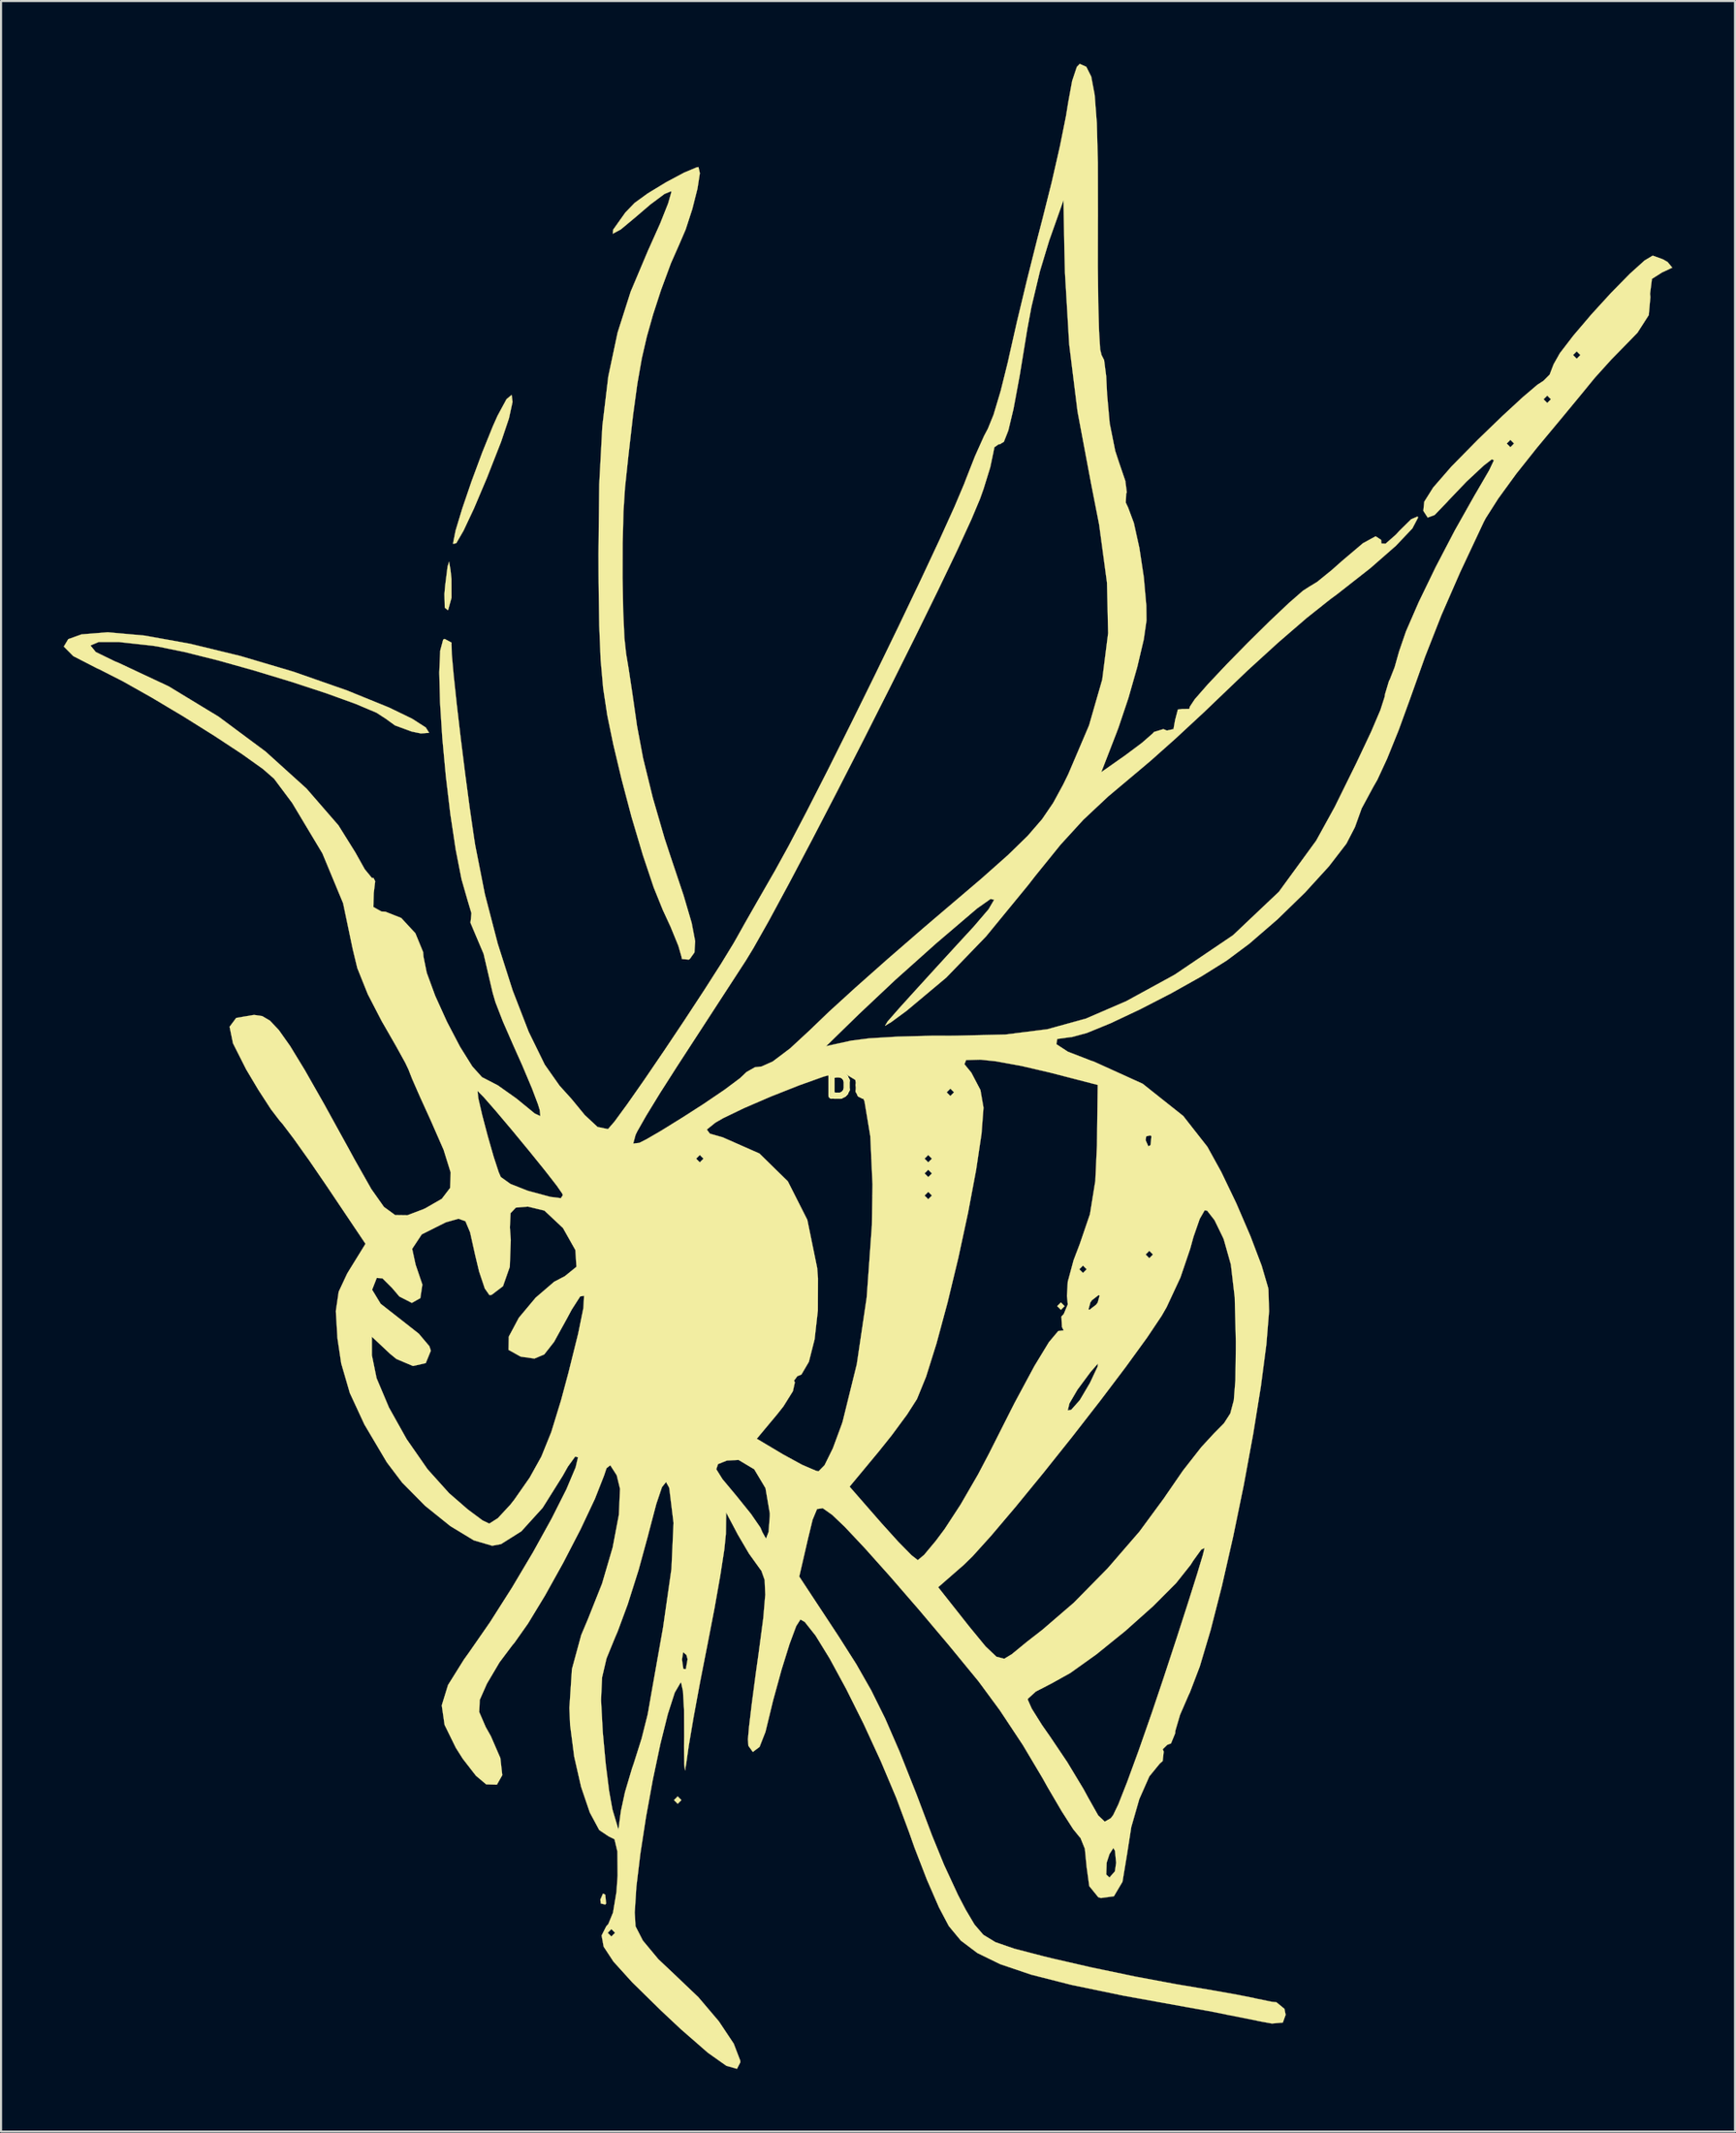
<source format=kicad_pcb>
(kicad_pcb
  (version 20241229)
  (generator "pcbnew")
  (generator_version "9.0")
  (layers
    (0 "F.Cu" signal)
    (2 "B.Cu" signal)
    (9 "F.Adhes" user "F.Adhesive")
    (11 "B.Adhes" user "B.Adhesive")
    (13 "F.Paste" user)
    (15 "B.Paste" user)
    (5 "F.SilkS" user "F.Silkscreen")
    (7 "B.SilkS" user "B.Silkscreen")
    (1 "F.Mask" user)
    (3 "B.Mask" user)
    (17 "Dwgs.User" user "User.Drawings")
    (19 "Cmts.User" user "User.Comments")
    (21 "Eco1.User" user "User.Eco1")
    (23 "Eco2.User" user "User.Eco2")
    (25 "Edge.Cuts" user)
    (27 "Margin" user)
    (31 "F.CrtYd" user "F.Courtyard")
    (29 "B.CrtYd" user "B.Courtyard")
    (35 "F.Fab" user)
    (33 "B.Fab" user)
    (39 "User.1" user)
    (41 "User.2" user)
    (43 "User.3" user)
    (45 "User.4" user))
  (footprint "bee"
    (layer "F.Cu")
    (at 38.39 48.688)
    (property "Reference" "bee" (at 0 0 0) (layer "F.SilkS") (effects (font (size 1.524 1.524) (thickness 0.3))))
    (attr through_hole)
    (fp_poly (pts (xy -8.819 34.396) (xy -8.996 34.572) (xy -9.172 34.396) (xy -8.996 34.219) (xy -8.819 34.396)) (stroke (width 0.01) (type solid)) (fill yes) (layer "F.SilkS"))
    (fp_poly (pts (xy 9.525 10.76) (xy 9.349 10.936) (xy 9.172 10.76) (xy 9.349 10.583) (xy 9.525 10.76)) (stroke (width 0.01) (type solid)) (fill yes) (layer "F.SilkS"))
    (fp_poly (pts (xy -12.465 38.923) (xy -12.423 39.342) (xy -12.465 39.394) (xy -12.675 39.345) (xy -12.7 39.158) (xy -12.571 38.868) (xy -12.465 38.923)) (stroke (width 0.01) (type solid)) (fill yes) (layer "F.SilkS"))
    (fp_poly (pts (xy -19.873 -24.469) (xy -19.827 -24.032) (xy -19.824 -23.138) (xy -19.982 -22.566) (xy -20.003 -22.542) (xy -20.146 -22.662) (xy -20.164 -23.31) (xy -20.126 -23.733) (xy -20.013 -24.629) (xy -19.941 -24.861) (xy -19.873 -24.469)) (stroke (width 0.01) (type solid)) (fill yes) (layer "F.SilkS"))
    (fp_poly (pts (xy -16.903 -32.507) (xy -17.074 -31.72) (xy -17.449 -30.603) (xy -18.133 -28.862) (xy -18.747 -27.413) (xy -19.249 -26.345) (xy -19.596 -25.749) (xy -19.745 -25.713) (xy -19.748 -25.754) (xy -19.63 -26.348) (xy -19.312 -27.398) (xy -18.864 -28.71) (xy -18.353 -30.088) (xy -17.848 -31.336) (xy -17.624 -31.838) (xy -17.189 -32.642) (xy -16.945 -32.84) (xy -16.903 -32.507)) (stroke (width 0.01) (type solid)) (fill yes) (layer "F.SilkS"))
    (fp_poly (pts (xy -7.935 -43.449) (xy -8.051 -42.706) (xy -8.296 -41.736) (xy -8.615 -40.755) (xy -8.923 -40.04) (xy -9.321 -39.14) (xy -9.794 -37.86) (xy -10.175 -36.689) (xy -10.472 -35.64) (xy -10.715 -34.589) (xy -10.927 -33.382) (xy -11.134 -31.869) (xy -11.36 -29.898) (xy -11.519 -28.399) (xy -11.593 -27.255) (xy -11.631 -25.746) (xy -11.635 -24.091) (xy -11.607 -22.507) (xy -11.547 -21.212) (xy -11.467 -20.47) (xy -11.347 -19.753) (xy -11.169 -18.576) (xy -10.968 -17.18) (xy -10.945 -17.012) (xy -10.654 -15.462) (xy -10.188 -13.563) (xy -9.626 -11.627) (xy -9.342 -10.765) (xy -8.715 -8.895) (xy -8.327 -7.576) (xy -8.16 -6.701) (xy -8.194 -6.164) (xy -8.411 -5.858) (xy -8.467 -5.821) (xy -8.792 -5.85) (xy -8.819 -5.978) (xy -8.964 -6.481) (xy -9.336 -7.389) (xy -9.708 -8.194) (xy -10.143 -9.27) (xy -10.664 -10.824) (xy -11.205 -12.644) (xy -11.681 -14.448) (xy -12.079 -16.118) (xy -12.367 -17.51) (xy -12.563 -18.803) (xy -12.685 -20.173) (xy -12.752 -21.797) (xy -12.782 -23.854) (xy -12.788 -25.217) (xy -12.752 -28.563) (xy -12.603 -31.35) (xy -12.319 -33.722) (xy -11.874 -35.819) (xy -11.247 -37.784) (xy -10.413 -39.758) (xy -10.381 -39.827) (xy -9.834 -41.048) (xy -9.454 -42.004) (xy -9.301 -42.535) (xy -9.31 -42.589) (xy -9.63 -42.457) (xy -10.301 -41.957) (xy -10.962 -41.391) (xy -11.718 -40.761) (xy -12.104 -40.555) (xy -12.084 -40.75) (xy -11.501 -41.57) (xy -11.057 -42.03) (xy -10.427 -42.486) (xy -9.552 -43.017) (xy -8.686 -43.48) (xy -8.085 -43.731) (xy -8.002 -43.744) (xy -7.935 -43.449)) (stroke (width 0.01) (type solid)) (fill yes) (layer "F.SilkS"))
    (fp_poly (pts (xy 10.565 -48.543) (xy 10.801 -48.073) (xy 10.966 -47.2) (xy 11.069 -45.853) (xy 11.119 -43.956) (xy 11.123 -41.438) (xy 11.121 -41.033) (xy 11.118 -39.005) (xy 11.137 -37.255) (xy 11.175 -35.892) (xy 11.229 -35.022) (xy 11.294 -34.752) (xy 11.418 -34.508) (xy 11.517 -33.74) (xy 11.56 -32.872) (xy 11.685 -31.48) (xy 11.951 -30.157) (xy 12.14 -29.584) (xy 12.433 -28.729) (xy 12.503 -28.178) (xy 12.474 -28.114) (xy 12.455 -27.689) (xy 12.567 -27.452) (xy 12.842 -26.713) (xy 13.106 -25.519) (xy 13.318 -24.118) (xy 13.438 -22.761) (xy 13.447 -22.049) (xy 13.317 -21.144) (xy 13.006 -19.825) (xy 12.581 -18.336) (xy 12.107 -16.926) (xy 12.005 -16.656) (xy 11.282 -14.79) (xy 12.432 -15.597) (xy 13.224 -16.189) (xy 13.748 -16.645) (xy 13.807 -16.714) (xy 14.256 -16.851) (xy 14.424 -16.781) (xy 14.739 -16.851) (xy 14.817 -17.286) (xy 14.949 -17.787) (xy 15.169 -17.815) (xy 15.496 -17.816) (xy 15.522 -17.923) (xy 15.759 -18.281) (xy 16.384 -18.995) (xy 17.272 -19.937) (xy 18.298 -20.983) (xy 19.334 -22.005) (xy 20.255 -22.876) (xy 20.936 -23.47) (xy 21.235 -23.663) (xy 21.614 -23.892) (xy 22.315 -24.46) (xy 22.803 -24.893) (xy 23.81 -25.745) (xy 24.417 -26.076) (xy 24.677 -25.907) (xy 24.694 -25.733) (xy 24.892 -25.722) (xy 25.383 -26.152) (xy 25.565 -26.35) (xy 26.118 -26.892) (xy 26.426 -27.024) (xy 26.447 -26.969) (xy 26.175 -26.453) (xy 25.389 -25.625) (xy 24.169 -24.557) (xy 22.592 -23.321) (xy 22.225 -23.049) (xy 21.118 -22.17) (xy 19.734 -20.976) (xy 18.29 -19.659) (xy 17.521 -18.924) (xy 16.184 -17.645) (xy 14.835 -16.395) (xy 13.668 -15.356) (xy 13.133 -14.904) (xy 11.612 -13.627) (xy 10.419 -12.509) (xy 9.333 -11.321) (xy 8.128 -9.833) (xy 7.799 -9.409) (xy 5.765 -6.93) (xy 3.864 -4.963) (xy 1.959 -3.369) (xy 1.928 -3.346) (xy 1.23 -2.834) (xy 0.93 -2.654) (xy 1.05 -2.857) (xy 1.609 -3.495) (xy 2.284 -4.241) (xy 3.35 -5.411) (xy 4.41 -6.568) (xy 5.175 -7.398) (xy 5.885 -8.228) (xy 6.155 -8.687) (xy 5.98 -8.722) (xy 5.352 -8.28) (xy 5.288 -8.227) (xy 3.377 -6.598) (xy 1.413 -4.843) (xy -0.295 -3.235) (xy -0.31 -3.221) (xy -1.89 -1.68) (xy -0.682 -1.945) (xy 0.179 -2.054) (xy 1.533 -2.135) (xy 3.167 -2.178) (xy 4.313 -2.18) (xy 6.693 -2.236) (xy 8.696 -2.488) (xy 10.549 -2.999) (xy 12.478 -3.833) (xy 14.711 -5.053) (xy 14.836 -5.127) (xy 17.59 -6.989) (xy 19.786 -9.068) (xy 21.572 -11.516) (xy 22.456 -13.122) (xy 23.48 -15.196) (xy 24.199 -16.718) (xy 24.644 -17.76) (xy 24.847 -18.391) (xy 24.866 -18.521) (xy 25.054 -19.149) (xy 25.096 -19.226) (xy 25.326 -19.811) (xy 25.537 -20.559) (xy 25.87 -21.527) (xy 26.481 -22.931) (xy 27.289 -24.599) (xy 28.209 -26.361) (xy 29.16 -28.047) (xy 29.264 -28.222) (xy 29.85 -29.23) (xy 30.081 -29.717) (xy 29.977 -29.759) (xy 29.586 -29.457) (xy 28.768 -28.694) (xy 27.904 -27.79) (xy 27.842 -27.72) (xy 27.24 -27.095) (xy 26.91 -26.973) (xy 26.701 -27.294) (xy 26.745 -27.732) (xy 27.174 -28.413) (xy 28.041 -29.409) (xy 29.129 -30.515) (xy 30.692 -30.515) (xy 30.868 -30.339) (xy 31.044 -30.515) (xy 30.868 -30.692) (xy 30.692 -30.515) (xy 29.129 -30.515) (xy 29.318 -30.707) (xy 30.476 -31.825) (xy 31.352 -32.632) (xy 32.456 -32.632) (xy 32.632 -32.456) (xy 32.808 -32.632) (xy 32.632 -32.808) (xy 32.456 -32.632) (xy 31.352 -32.632) (xy 31.46 -32.732) (xy 32.159 -33.327) (xy 32.449 -33.514) (xy 32.746 -33.81) (xy 32.937 -34.308) (xy 33.187 -34.749) (xy 33.867 -34.749) (xy 34.043 -34.572) (xy 34.219 -34.749) (xy 34.043 -34.925) (xy 33.867 -34.749) (xy 33.187 -34.749) (xy 33.239 -34.841) (xy 33.887 -35.685) (xy 34.747 -36.694) (xy 35.69 -37.726) (xy 36.582 -38.634) (xy 37.293 -39.275) (xy 37.682 -39.506) (xy 38.163 -39.333) (xy 38.394 -39.202) (xy 38.616 -38.931) (xy 38.185 -38.726) (xy 38.156 -38.718) (xy 37.645 -38.395) (xy 37.554 -37.68) (xy 37.57 -37.523) (xy 37.493 -36.662) (xy 36.954 -35.821) (xy 36.573 -35.427) (xy 35.697 -34.533) (xy 34.926 -33.679) (xy 34.787 -33.512) (xy 34.253 -32.859) (xy 33.42 -31.851) (xy 32.442 -30.676) (xy 32.141 -30.315) (xy 31.154 -29.074) (xy 30.285 -27.88) (xy 29.689 -26.945) (xy 29.592 -26.761) (xy 28.463 -24.358) (xy 27.564 -22.3) (xy 26.784 -20.316) (xy 26.081 -18.344) (xy 25.521 -16.807) (xy 24.966 -15.434) (xy 24.498 -14.423) (xy 24.306 -14.09) (xy 23.748 -13.056) (xy 23.426 -12.16) (xy 23.017 -11.369) (xy 22.178 -10.281) (xy 21.038 -9.032) (xy 19.725 -7.754) (xy 18.367 -6.581) (xy 17.286 -5.775) (xy 16.072 -5.016) (xy 14.632 -4.21) (xy 13.128 -3.435) (xy 11.726 -2.775) (xy 10.589 -2.309) (xy 9.882 -2.118) (xy 9.851 -2.117) (xy 9.174 -2.024) (xy 9.132 -1.774) (xy 9.685 -1.414) (xy 10.793 -0.985) (xy 10.921 -0.944) (xy 13.264 0.119) (xy 15.207 1.662) (xy 16.36 3.133) (xy 17.027 4.34) (xy 17.746 5.838) (xy 18.422 7.406) (xy 18.96 8.824) (xy 19.267 9.87) (xy 19.284 9.964) (xy 19.315 11.002) (xy 19.186 12.589) (xy 18.924 14.593) (xy 18.554 16.882) (xy 18.103 19.326) (xy 17.595 21.792) (xy 17.058 24.148) (xy 16.517 26.262) (xy 15.998 28.004) (xy 15.526 29.241) (xy 15.471 29.355) (xy 15.054 30.313) (xy 14.829 31.075) (xy 14.817 31.207) (xy 14.62 31.685) (xy 14.443 31.75) (xy 14.225 31.963) (xy 14.272 32.078) (xy 14.221 32.527) (xy 14.081 32.651) (xy 13.584 33.259) (xy 13.103 34.346) (xy 12.719 35.685) (xy 12.519 36.965) (xy 12.297 38.305) (xy 11.887 38.997) (xy 11.263 39.082) (xy 11.136 39.04) (xy 10.707 38.511) (xy 10.632 37.957) (xy 11.52 37.957) (xy 11.675 38.1) (xy 11.935 37.804) (xy 11.994 37.394) (xy 11.938 36.82) (xy 11.859 36.689) (xy 11.674 36.98) (xy 11.539 37.394) (xy 11.52 37.957) (xy 10.632 37.957) (xy 10.583 37.603) (xy 10.496 36.724) (xy 10.283 36.198) (xy 10.251 36.172) (xy 9.937 35.786) (xy 9.392 34.936) (xy 8.714 33.781) (xy 8.465 33.335) (xy 7.527 31.76) (xy 6.434 30.11) (xy 6.048 29.585) (xy 7.761 29.585) (xy 7.953 30.018) (xy 8.444 30.803) (xy 8.834 31.361) (xy 9.655 32.58) (xy 10.434 33.873) (xy 10.657 34.282) (xy 11.135 35.13) (xy 11.45 35.428) (xy 11.733 35.266) (xy 11.849 35.119) (xy 12.1 34.598) (xy 12.522 33.527) (xy 13.071 32.027) (xy 13.702 30.222) (xy 14.259 28.569) (xy 14.895 26.633) (xy 15.445 24.928) (xy 15.874 23.567) (xy 16.146 22.663) (xy 16.226 22.336) (xy 16.07 22.407) (xy 15.682 22.944) (xy 15.559 23.14) (xy 14.868 24.009) (xy 13.767 25.114) (xy 12.436 26.301) (xy 11.054 27.419) (xy 9.8 28.314) (xy 8.914 28.808) (xy 8.149 29.203) (xy 7.77 29.545) (xy 7.761 29.585) (xy 6.048 29.585) (xy 5.416 28.728) (xy 5.369 28.669) (xy 3.966 26.961) (xy 2.533 25.264) (xy 1.619 24.21) (xy 3.474 24.21) (xy 4.942 26.067) (xy 5.744 27.044) (xy 6.265 27.537) (xy 6.638 27.633) (xy 6.996 27.418) (xy 6.997 27.417) (xy 7.718 26.825) (xy 8.467 26.243) (xy 9.961 24.957) (xy 11.583 23.31) (xy 13.107 21.55) (xy 14.303 19.925) (xy 14.35 19.852) (xy 15.192 18.63) (xy 16.071 17.508) (xy 16.682 16.845) (xy 17.157 16.365) (xy 17.459 15.896) (xy 17.627 15.267) (xy 17.702 14.31) (xy 17.723 12.856) (xy 17.724 12.435) (xy 17.671 10.335) (xy 17.486 8.768) (xy 17.148 7.571) (xy 17.119 7.499) (xy 16.705 6.648) (xy 16.351 6.193) (xy 16.234 6.17) (xy 15.996 6.584) (xy 15.695 7.449) (xy 15.54 8.013) (xy 15.072 9.389) (xy 14.409 10.812) (xy 14.174 11.222) (xy 13.477 12.262) (xy 12.465 13.657) (xy 11.233 15.286) (xy 9.877 17.029) (xy 8.491 18.765) (xy 7.173 20.374) (xy 6.017 21.737) (xy 5.12 22.731) (xy 4.713 23.129) (xy 3.474 24.21) (xy 1.619 24.21) (xy 1.165 23.686) (xy -0.044 22.335) (xy -0.999 21.319) (xy -1.604 20.744) (xy -2.052 20.429) (xy -2.325 20.469) (xy -2.538 20.981) (xy -2.767 21.923) (xy -3.177 23.7) (xy -1.281 26.578) (xy -0.449 27.887) (xy 0.267 29.142) (xy 0.938 30.496) (xy 1.635 32.098) (xy 2.429 34.099) (xy 3.175 36.074) (xy 3.758 37.5) (xy 4.422 38.933) (xy 4.788 39.634) (xy 5.213 40.351) (xy 5.634 40.84) (xy 6.215 41.194) (xy 7.119 41.506) (xy 8.509 41.867) (xy 8.907 41.965) (xy 10.817 42.404) (xy 12.926 42.843) (xy 14.835 43.199) (xy 15.169 43.256) (xy 16.601 43.496) (xy 17.8 43.71) (xy 18.569 43.862) (xy 18.697 43.894) (xy 19.462 44.049) (xy 19.667 44.07) (xy 20.05 44.384) (xy 20.108 44.67) (xy 19.974 45.041) (xy 19.45 45.086) (xy 18.962 44.998) (xy 16.402 44.486) (xy 15.434 44.313) (xy 12.333 43.752) (xy 9.854 43.239) (xy 7.916 42.746) (xy 6.441 42.246) (xy 5.349 41.713) (xy 4.559 41.118) (xy 3.993 40.435) (xy 3.977 40.411) (xy 3.513 39.532) (xy 2.935 38.206) (xy 2.336 36.658) (xy 2.076 35.919) (xy 1.47 34.294) (xy 0.727 32.534) (xy -0.092 30.757) (xy -0.927 29.083) (xy -1.716 27.631) (xy -2.398 26.521) (xy -2.913 25.872) (xy -3.12 25.753) (xy -3.323 26.071) (xy -3.64 26.924) (xy -4.025 28.16) (xy -4.429 29.628) (xy -4.795 31.133) (xy -5.077 31.851) (xy -5.399 32.093) (xy -5.612 31.797) (xy -5.633 31.485) (xy -5.58 30.885) (xy -5.447 29.771) (xy -5.256 28.326) (xy -5.119 27.351) (xy -4.898 25.683) (xy -4.803 24.567) (xy -4.833 23.863) (xy -4.987 23.428) (xy -5.086 23.294) (xy -5.583 22.601) (xy -6.115 21.696) (xy -6.675 20.637) (xy -6.689 21.655) (xy -6.763 22.393) (xy -6.956 23.644) (xy -7.237 25.233) (xy -7.57 26.947) (xy -7.924 28.746) (xy -8.235 30.43) (xy -8.468 31.803) (xy -8.585 32.632) (xy -8.646 32.976) (xy -8.684 32.684) (xy -8.693 31.825) (xy -8.687 31.342) (xy -8.692 30.085) (xy -8.744 29.177) (xy -8.833 28.777) (xy -8.858 28.774) (xy -9.137 29.251) (xy -9.469 30.281) (xy -9.827 31.716) (xy -10.184 33.406) (xy -10.513 35.206) (xy -10.785 36.966) (xy -10.974 38.537) (xy -11.053 39.773) (xy -11.015 40.434) (xy -10.664 41.118) (xy -9.921 42.01) (xy -9.132 42.754) (xy -8.007 43.826) (xy -7.026 44.981) (xy -6.314 46.05) (xy -6.002 46.861) (xy -5.997 46.94) (xy -6.159 47.255) (xy -6.665 47.111) (xy -7.548 46.487) (xy -8.84 45.362) (xy -9.79 44.471) (xy -11.172 43.116) (xy -12.07 42.125) (xy -12.541 41.409) (xy -12.638 40.876) (xy -12.573 40.746) (xy -12.347 40.746) (xy -12.171 40.922) (xy -11.994 40.746) (xy -12.171 40.569) (xy -12.347 40.746) (xy -12.573 40.746) (xy -12.418 40.437) (xy -12.318 40.328) (xy -12.093 39.781) (xy -11.927 38.788) (xy -11.873 38.018) (xy -11.882 36.858) (xy -12.022 36.269) (xy -12.312 36.125) (xy -12.752 35.829) (xy -13.204 34.989) (xy -13.62 33.765) (xy -13.951 32.314) (xy -14.147 30.797) (xy -14.181 29.986) (xy -14.156 29.606) (xy -12.666 29.606) (xy -12.585 31.113) (xy -12.578 31.203) (xy -12.442 32.668) (xy -12.28 33.957) (xy -12.123 34.829) (xy -12.097 34.925) (xy -11.833 35.807) (xy -11.716 34.925) (xy -11.52 34.017) (xy -11.184 32.884) (xy -11.097 32.632) (xy -10.722 31.446) (xy -10.442 30.333) (xy -10.409 30.163) (xy -10.261 29.319) (xy -10.032 28.026) (xy -9.968 27.664) (xy -8.792 27.664) (xy -8.727 28.121) (xy -8.606 28.127) (xy -8.522 27.655) (xy -8.578 27.451) (xy -8.735 27.317) (xy -8.792 27.664) (xy -9.968 27.664) (xy -9.766 26.529) (xy -9.698 26.148) (xy -9.295 23.339) (xy -9.195 21.13) (xy -9.396 19.485) (xy -9.409 19.435) (xy -9.554 19.178) (xy -9.748 19.419) (xy -10.019 20.221) (xy -10.396 21.648) (xy -10.415 21.728) (xy -10.87 23.39) (xy -11.387 25.023) (xy -11.875 26.34) (xy -11.995 26.617) (xy -12.404 27.617) (xy -12.617 28.527) (xy -12.666 29.606) (xy -14.156 29.606) (xy -14.059 28.127) (xy -13.615 26.498) (xy -13.3 25.753) (xy -12.617 24.037) (xy -12.11 22.309) (xy -11.811 20.74) (xy -11.757 19.5) (xy -11.914 18.855) (xy -12.101 18.564) (xy -7.149 18.564) (xy -6.852 19.039) (xy -6.179 19.845) (xy -5.487 20.703) (xy -5.037 21.356) (xy -4.939 21.583) (xy -4.778 21.871) (xy -4.763 21.872) (xy -4.644 21.562) (xy -4.587 20.804) (xy -4.586 20.677) (xy -4.793 19.469) (xy -4.835 19.398) (xy -0.767 19.398) (xy 0.763 21.149) (xy 1.571 22.042) (xy 2.198 22.679) (xy 2.498 22.915) (xy 2.801 22.662) (xy 3.357 21.996) (xy 3.784 21.425) (xy 4.546 20.257) (xy 5.38 18.818) (xy 5.91 17.809) (xy 6.949 15.752) (xy 9.676 15.752) (xy 9.845 15.719) (xy 10.254 15.257) (xy 10.731 14.45) (xy 10.779 14.353) (xy 11.109 13.649) (xy 11.118 13.511) (xy 10.803 13.871) (xy 10.751 13.935) (xy 10.14 14.76) (xy 9.758 15.414) (xy 9.676 15.752) (xy 6.949 15.752) (xy 7.127 15.4) (xy 8.08 13.629) (xy 8.775 12.485) (xy 9.219 11.956) (xy 9.373 11.932) (xy 9.481 11.924) (xy 9.399 11.754) (xy 9.374 11.256) (xy 9.486 11.137) (xy 9.58 10.913) (xy 10.67 10.913) (xy 10.718 10.936) (xy 11.04 10.688) (xy 11.113 10.583) (xy 11.202 10.254) (xy 11.154 10.231) (xy 10.832 10.479) (xy 10.76 10.583) (xy 10.67 10.913) (xy 9.58 10.913) (xy 9.68 10.675) (xy 9.639 10.276) (xy 9.677 9.598) (xy 9.84 8.996) (xy 10.231 8.996) (xy 10.407 9.172) (xy 10.583 8.996) (xy 10.407 8.819) (xy 10.231 8.996) (xy 9.84 8.996) (xy 9.958 8.558) (xy 10.061 8.29) (xy 13.406 8.29) (xy 13.582 8.467) (xy 13.758 8.29) (xy 13.582 8.114) (xy 13.406 8.29) (xy 10.061 8.29) (xy 10.253 7.786) (xy 10.74 6.361) (xy 10.998 4.764) (xy 11.076 3.067) (xy 11.079 2.822) (xy 13.406 2.822) (xy 13.535 3.113) (xy 13.641 3.057) (xy 13.683 2.639) (xy 13.641 2.587) (xy 13.431 2.635) (xy 13.406 2.822) (xy 11.079 2.822) (xy 11.113 0.176) (xy 8.819 -0.417) (xy 7.464 -0.732) (xy 6.236 -0.956) (xy 5.502 -1.034) (xy 4.812 -1.015) (xy 4.731 -0.817) (xy 5.061 -0.413) (xy 5.497 0.418) (xy 5.644 1.262) (xy 5.549 2.514) (xy 5.291 4.24) (xy 4.908 6.275) (xy 4.439 8.449) (xy 3.921 10.596) (xy 3.393 12.549) (xy 2.893 14.141) (xy 2.459 15.204) (xy 2.455 15.211) (xy 1.989 15.94) (xy 1.246 16.946) (xy 0.623 17.725) (xy -0.767 19.398) (xy -4.835 19.398) (xy -5.333 18.566) (xy -6.083 18.119) (xy -6.642 18.149) (xy -7.065 18.318) (xy -7.149 18.564) (xy -12.101 18.564) (xy -12.224 18.373) (xy -12.403 18.515) (xy -12.524 18.874) (xy -12.96 19.984) (xy -13.646 21.437) (xy -14.477 23.043) (xy -15.35 24.611) (xy -16.164 25.951) (xy -16.815 26.873) (xy -16.913 26.987) (xy -17.526 27.805) (xy -18.119 28.807) (xy -18.137 28.841) (xy -18.473 29.602) (xy -18.498 30.182) (xy -18.186 30.903) (xy -17.94 31.338) (xy -17.486 32.384) (xy -17.394 33.203) (xy -17.652 33.658) (xy -18.164 33.643) (xy -18.655 33.23) (xy -19.286 32.417) (xy -19.616 31.896) (xy -20.156 30.796) (xy -20.291 29.863) (xy -19.991 28.889) (xy -19.228 27.668) (xy -18.992 27.34) (xy -17.979 25.88) (xy -16.932 24.234) (xy -15.923 22.537) (xy -15.029 20.921) (xy -14.324 19.523) (xy -13.882 18.474) (xy -13.769 17.997) (xy -13.902 17.956) (xy -14.251 18.436) (xy -14.5 18.879) (xy -15.462 20.411) (xy -16.482 21.535) (xy -17.452 22.146) (xy -17.878 22.225) (xy -18.755 21.967) (xy -19.882 21.284) (xy -21.085 20.317) (xy -22.188 19.202) (xy -22.923 18.231) (xy -23.995 16.421) (xy -24.692 14.918) (xy -25.104 13.501) (xy -25.285 12.295) (xy -25.289 12.224) (xy -23.636 12.224) (xy -23.636 13.111) (xy -23.413 14.204) (xy -22.82 15.61) (xy -21.969 17.13) (xy -20.972 18.563) (xy -19.942 19.709) (xy -19.93 19.719) (xy -19.043 20.489) (xy -18.337 21.014) (xy -18.018 21.167) (xy -17.608 20.908) (xy -17.008 20.262) (xy -16.819 20.02) (xy -16.083 18.967) (xy -15.522 17.957) (xy -15.049 16.789) (xy -14.58 15.263) (xy -14.228 13.953) (xy -13.761 12.077) (xy -13.511 10.854) (xy -13.478 10.266) (xy -13.664 10.295) (xy -14.068 10.924) (xy -14.298 11.353) (xy -14.916 12.473) (xy -15.386 13.072) (xy -15.855 13.269) (xy -16.471 13.183) (xy -16.529 13.168) (xy -17.093 12.853) (xy -17.083 12.226) (xy -17.08 12.215) (xy -16.601 11.317) (xy -15.797 10.356) (xy -14.91 9.594) (xy -14.402 9.329) (xy -13.843 8.878) (xy -13.894 8.077) (xy -14.488 7.022) (xy -15.378 6.188) (xy -16.166 5.997) (xy -16.744 6.045) (xy -16.999 6.314) (xy -17.03 6.995) (xy -16.988 7.593) (xy -17.035 8.88) (xy -17.36 9.807) (xy -17.906 10.222) (xy -18.01 10.231) (xy -18.231 9.916) (xy -18.503 9.105) (xy -18.692 8.316) (xy -18.934 7.229) (xy -19.158 6.696) (xy -19.49 6.578) (xy -20.054 6.737) (xy -20.108 6.755) (xy -21.25 7.327) (xy -21.708 8.019) (xy -21.544 8.774) (xy -21.22 9.729) (xy -21.318 10.377) (xy -21.724 10.605) (xy -22.321 10.299) (xy -22.678 9.88) (xy -23.13 9.43) (xy -23.403 9.41) (xy -23.625 9.975) (xy -23.217 10.647) (xy -22.225 11.423) (xy -21.392 12.078) (xy -20.885 12.677) (xy -20.814 12.892) (xy -21.058 13.487) (xy -21.667 13.625) (xy -22.459 13.291) (xy -22.772 13.036) (xy -23.636 12.224) (xy -25.289 12.224) (xy -25.362 10.997) (xy -25.226 10.072) (xy -24.82 9.203) (xy -24.718 9.034) (xy -23.942 7.778) (xy -25.767 5.061) (xy -26.624 3.808) (xy -27.379 2.748) (xy -27.915 2.041) (xy -28.057 1.879) (xy -28.47 1.338) (xy -29.08 0.398) (xy -29.654 -0.566) (xy -30.285 -1.814) (xy -30.449 -2.607) (xy -30.133 -3.03) (xy -29.322 -3.168) (xy -29.247 -3.17) (xy -28.887 -3.117) (xy -28.519 -2.902) (xy -28.091 -2.45) (xy -27.552 -1.688) (xy -26.851 -0.54) (xy -25.936 1.068) (xy -24.755 3.21) (xy -24.461 3.75) (xy -23.665 5.155) (xy -23.06 6.012) (xy -22.524 6.402) (xy -21.935 6.411) (xy -21.171 6.121) (xy -21.068 6.073) (xy -20.289 5.625) (xy -19.89 5.102) (xy -19.864 4.367) (xy -20.203 3.28) (xy -20.814 1.885) (xy -21.333 0.745) (xy -21.454 0.47) (xy -18.579 0.47) (xy -18.54 0.822) (xy -18.356 1.618) (xy -18.09 2.626) (xy -17.806 3.615) (xy -17.564 4.354) (xy -17.464 4.583) (xy -17.004 4.912) (xy -16.178 5.238) (xy -16.122 5.254) (xy -15.09 5.532) (xy -14.592 5.595) (xy -14.495 5.452) (xy -14.523 5.375) (xy -14.784 4.998) (xy -15.353 4.268) (xy -15.808 3.704) (xy -8.114 3.704) (xy -7.938 3.881) (xy -7.761 3.704) (xy -7.938 3.528) (xy -8.114 3.704) (xy -15.808 3.704) (xy -16.109 3.331) (xy -16.398 2.982) (xy -11.126 2.982) (xy -10.836 2.949) (xy -10.487 2.773) (xy -9.779 2.361) (xy -9.697 2.31) (xy -7.602 2.31) (xy -7.456 2.507) (xy -6.842 2.682) (xy -5.085 3.456) (xy -3.724 4.787) (xy -2.791 6.629) (xy -2.318 8.936) (xy -2.281 9.432) (xy -2.286 10.965) (xy -2.442 12.349) (xy -2.716 13.425) (xy -3.074 14.033) (xy -3.267 14.111) (xy -3.426 14.323) (xy -3.387 14.407) (xy -3.481 14.83) (xy -3.933 15.555) (xy -4.207 15.903) (xy -5.21 17.105) (xy -3.928 17.868) (xy -3.038 18.353) (xy -2.375 18.637) (xy -2.254 18.664) (xy -1.965 18.37) (xy -1.567 17.563) (xy -1.141 16.411) (xy -1.097 16.274) (xy -0.422 13.541) (xy 0.053 10.34) (xy 0.301 6.887) (xy 0.322 5.468) (xy 2.822 5.468) (xy 2.999 5.644) (xy 3.175 5.468) (xy 2.999 5.292) (xy 2.822 5.468) (xy 0.322 5.468) (xy 0.33 4.939) (xy 0.306 4.41) (xy 2.822 4.41) (xy 2.999 4.586) (xy 3.175 4.41) (xy 2.999 4.233) (xy 2.822 4.41) (xy 0.306 4.41) (xy 0.274 3.704) (xy 2.822 3.704) (xy 2.999 3.881) (xy 3.175 3.704) (xy 2.999 3.528) (xy 2.822 3.704) (xy 0.274 3.704) (xy 0.226 2.639) (xy -0.052 0.963) (xy -0.24 0.529) (xy 3.881 0.529) (xy 4.057 0.706) (xy 4.233 0.529) (xy 4.057 0.353) (xy 3.881 0.529) (xy -0.24 0.529) (xy -0.499 -0.069) (xy -1.108 -0.436) (xy -1.243 -0.429) (xy -2.003 -0.225) (xy -3.17 0.191) (xy -4.517 0.723) (xy -5.812 1.281) (xy -6.828 1.77) (xy -7.194 1.982) (xy -7.602 2.31) (xy -9.697 2.31) (xy -8.732 1.712) (xy -7.761 1.089) (xy -6.75 0.403) (xy -6.007 -0.152) (xy -5.703 -0.441) (xy -5.298 -0.67) (xy -4.984 -0.706) (xy -4.449 -0.944) (xy -3.616 -1.571) (xy -2.664 -2.451) (xy -2.638 -2.477) (xy -1.767 -3.314) (xy -0.489 -4.479) (xy 1.058 -5.851) (xy 2.74 -7.309) (xy 3.798 -8.21) (xy 5.536 -9.689) (xy 6.824 -10.832) (xy 7.762 -11.746) (xy 8.449 -12.54) (xy 8.981 -13.321) (xy 9.459 -14.199) (xy 9.705 -14.702) (xy 10.697 -17.029) (xy 11.328 -19.219) (xy 11.61 -21.438) (xy 11.556 -23.855) (xy 11.18 -26.638) (xy 10.788 -28.635) (xy 10.146 -32.048) (xy 9.746 -35.27) (xy 9.544 -38.681) (xy 9.515 -39.864) (xy 9.473 -42.157) (xy 8.787 -40.223) (xy 8.345 -38.76) (xy 7.939 -37.056) (xy 7.74 -35.99) (xy 7.376 -33.766) (xy 7.08 -32.173) (xy 6.833 -31.14) (xy 6.619 -30.598) (xy 6.42 -30.476) (xy 6.388 -30.492) (xy 6.166 -30.339) (xy 6.108 -30.048) (xy 5.965 -29.374) (xy 5.651 -28.356) (xy 5.478 -27.869) (xy 5.065 -26.886) (xy 4.375 -25.387) (xy 3.461 -23.48) (xy 2.378 -21.272) (xy 1.18 -18.869) (xy -0.078 -16.379) (xy -1.342 -13.909) (xy -2.558 -11.566) (xy -3.671 -9.457) (xy -4.627 -7.689) (xy -5.372 -6.37) (xy -5.724 -5.791) (xy -6.721 -4.257) (xy -7.87 -2.49) (xy -8.937 -0.849) (xy -9.03 -0.706) (xy -9.836 0.556) (xy -10.506 1.65) (xy -10.934 2.402) (xy -11.013 2.566) (xy -11.126 2.982) (xy -16.398 2.982) (xy -16.931 2.336) (xy -17.696 1.43) (xy -18.283 0.759) (xy -18.569 0.471) (xy -18.579 0.47) (xy -21.454 0.47) (xy -21.711 -0.116) (xy -21.871 -0.526) (xy -21.872 -0.535) (xy -22.037 -0.882) (xy -22.473 -1.672) (xy -23.088 -2.742) (xy -23.161 -2.867) (xy -23.831 -4.162) (xy -24.334 -5.415) (xy -24.554 -6.325) (xy -25.014 -8.519) (xy -26.006 -10.905) (xy -27.452 -13.317) (xy -28.318 -14.476) (xy -28.849 -14.94) (xy -29.849 -15.653) (xy -31.168 -16.522) (xy -32.658 -17.454) (xy -34.17 -18.356) (xy -35.556 -19.137) (xy -36.665 -19.702) (xy -36.803 -19.764) (xy -37.933 -20.344) (xy -38.385 -20.799) (xy -38.173 -21.154) (xy -37.539 -21.382) (xy -36.281 -21.483) (xy -34.508 -21.324) (xy -32.349 -20.936) (xy -29.931 -20.349) (xy -27.383 -19.595) (xy -24.834 -18.703) (xy -22.819 -17.885) (xy -21.714 -17.35) (xy -21.056 -16.928) (xy -20.896 -16.673) (xy -21.29 -16.643) (xy -21.728 -16.733) (xy -22.532 -17.028) (xy -22.966 -17.343) (xy -23.416 -17.635) (xy -24.41 -18.055) (xy -25.807 -18.56) (xy -27.465 -19.105) (xy -29.245 -19.646) (xy -31.006 -20.139) (xy -32.608 -20.54) (xy -33.908 -20.805) (xy -34.134 -20.84) (xy -35.723 -21.015) (xy -36.724 -21.015) (xy -37.11 -20.852) (xy -36.856 -20.54) (xy -35.936 -20.091) (xy -35.773 -20.026) (xy -33.369 -18.899) (xy -30.974 -17.446) (xy -28.728 -15.778) (xy -26.769 -14.008) (xy -25.238 -12.246) (xy -24.43 -10.951) (xy -23.98 -10.148) (xy -23.641 -9.734) (xy -23.555 -9.723) (xy -23.479 -9.569) (xy -23.547 -9.008) (xy -23.567 -8.34) (xy -23.179 -8.122) (xy -22.992 -8.114) (xy -22.23 -7.812) (xy -21.554 -7.081) (xy -21.185 -6.185) (xy -21.167 -5.964) (xy -21.01 -5.19) (xy -20.604 -4.086) (xy -20.041 -2.844) (xy -19.418 -1.654) (xy -18.827 -0.708) (xy -18.364 -0.194) (xy -18.294 -0.16) (xy -17.603 0.198) (xy -16.726 0.819) (xy -16.533 0.976) (xy -15.841 1.542) (xy -15.57 1.668) (xy -15.602 1.371) (xy -15.686 1.098) (xy -15.97 0.346) (xy -16.44 -0.768) (xy -16.86 -1.706) (xy -17.359 -2.848) (xy -17.722 -3.784) (xy -17.853 -4.233) (xy -18.289 -6.1) (xy -18.685 -7.033) (xy -18.919 -7.589) (xy -18.895 -7.761) (xy -18.871 -8.042) (xy -19.053 -8.652) (xy -19.346 -9.671) (xy -19.624 -11.09) (xy -19.878 -12.775) (xy -20.095 -14.597) (xy -20.264 -16.422) (xy -20.373 -18.119) (xy -20.41 -19.558) (xy -20.365 -20.605) (xy -20.224 -21.13) (xy -20.156 -21.167) (xy -19.824 -20.99) (xy -19.824 -20.902) (xy -19.813 -20.448) (xy -19.724 -19.45) (xy -19.576 -18.06) (xy -19.386 -16.433) (xy -19.172 -14.724) (xy -18.954 -13.085) (xy -18.749 -11.672) (xy -18.689 -11.289) (xy -18.226 -8.946) (xy -17.611 -6.583) (xy -16.896 -4.341) (xy -16.129 -2.364) (xy -15.361 -0.795) (xy -14.644 0.223) (xy -14.622 0.245) (xy -14.08 0.845) (xy -13.447 1.615) (xy -12.834 2.186) (xy -12.342 2.288) (xy -12.323 2.278) (xy -12.015 1.921) (xy -11.411 1.096) (xy -10.596 -0.069) (xy -9.655 -1.45) (xy -8.672 -2.919) (xy -7.733 -4.351) (xy -6.922 -5.618) (xy -6.325 -6.596) (xy -6.16 -6.885) (xy -5.802 -7.524) (xy -5.206 -8.568) (xy -4.49 -9.813) (xy -4.347 -10.06) (xy -3.688 -11.256) (xy -2.82 -12.912) (xy -1.8 -14.912) (xy -0.688 -17.137) (xy 0.461 -19.468) (xy 1.587 -21.788) (xy 2.634 -23.978) (xy 3.544 -25.921) (xy 4.258 -27.498) (xy 4.721 -28.591) (xy 4.781 -28.751) (xy 5.235 -29.906) (xy 5.67 -30.878) (xy 5.852 -31.221) (xy 6.125 -31.892) (xy 6.467 -33.034) (xy 6.813 -34.426) (xy 6.884 -34.749) (xy 7.251 -36.368) (xy 7.727 -38.346) (xy 8.234 -40.363) (xy 8.471 -41.275) (xy 8.912 -43.029) (xy 9.305 -44.75) (xy 9.594 -46.189) (xy 9.698 -46.831) (xy 9.888 -47.864) (xy 10.112 -48.537) (xy 10.251 -48.683) (xy 10.565 -48.543)) (stroke (width 0.01) (type solid)) (fill yes) (layer "F.SilkS")))
  (gr_rect
    (start -3 -3)
    (end 80.011 98.948)
    (stroke (width 0.1) (type default))
    (fill no)
    (layer "Edge.Cuts")))
</source>
